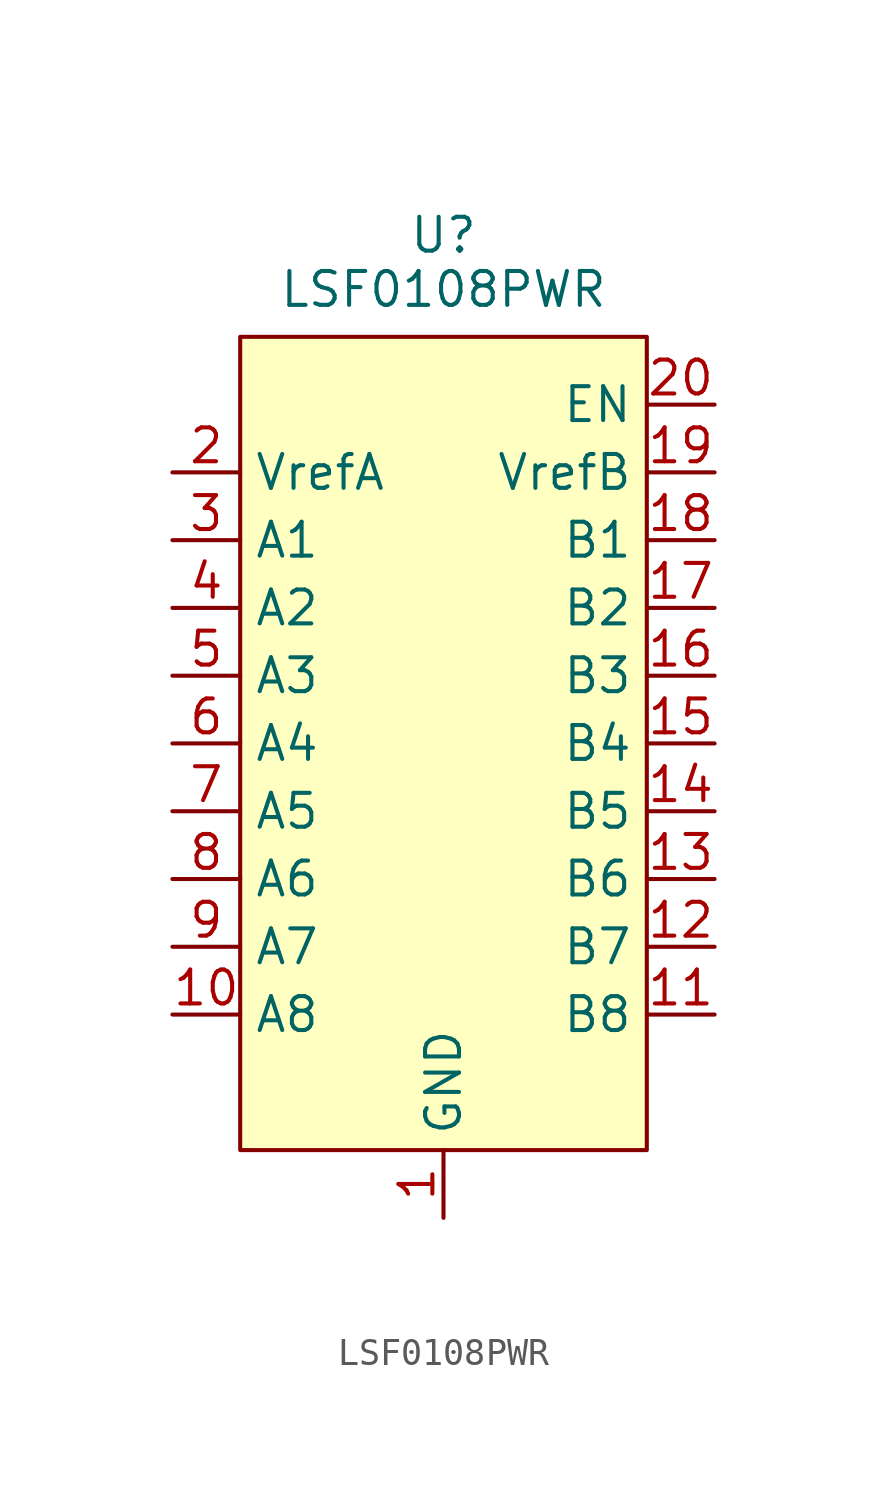
<source format=kicad_sym>
(kicad_symbol_lib
  (version 20241209)
  (generator "kicad_symbol_editor")
  (generator_version "9.0")
  (symbol "LSF0108PWR"
    (property "Reference" "U"
      (at 0 6.35 0)
      (effects (font (size 1.27 1.27))))
    (property "Value" "LSF0108PWR"
      (at 0 4.318 0)
      (effects (font (size 1.27 1.27))))
    (symbol "LSF0108PWR_1_1"
      (rectangle (start -7.62 2.54) (end 7.62 -27.94) (stroke (width 0) (type solid)) (fill (type background)))
      (pin power_in line (at -10.16 -2.54 0) (length 2.54) (name "VrefA" (effects (font (size 1.27 1.27)))) (number "2" (effects (font (size 1.27 1.27)))))
      (pin bidirectional line (at -10.16 -5.08 0) (length 2.54) (name "A1" (effects (font (size 1.27 1.27)))) (number "3" (effects (font (size 1.27 1.27)))))
      (pin bidirectional line (at -10.16 -7.62 0) (length 2.54) (name "A2" (effects (font (size 1.27 1.27)))) (number "4" (effects (font (size 1.27 1.27)))))
      (pin bidirectional line (at -10.16 -10.16 0) (length 2.54) (name "A3" (effects (font (size 1.27 1.27)))) (number "5" (effects (font (size 1.27 1.27)))))
      (pin bidirectional line (at -10.16 -12.7 0) (length 2.54) (name "A4" (effects (font (size 1.27 1.27)))) (number "6" (effects (font (size 1.27 1.27)))))
      (pin bidirectional line (at -10.16 -15.24 0) (length 2.54) (name "A5" (effects (font (size 1.27 1.27)))) (number "7" (effects (font (size 1.27 1.27)))))
      (pin bidirectional line (at -10.16 -17.78 0) (length 2.54) (name "A6" (effects (font (size 1.27 1.27)))) (number "8" (effects (font (size 1.27 1.27)))))
      (pin bidirectional line (at -10.16 -20.32 0) (length 2.54) (name "A7" (effects (font (size 1.27 1.27)))) (number "9" (effects (font (size 1.27 1.27)))))
      (pin bidirectional line (at -10.16 -22.86 0) (length 2.54) (name "A8" (effects (font (size 1.27 1.27)))) (number "10" (effects (font (size 1.27 1.27)))))
      (pin power_in line (at 0 -30.48 90) (length 2.54) (name "GND" (effects (font (size 1.27 1.27)))) (number "1" (effects (font (size 1.27 1.27)))))
      (pin input line (at 10.16 0 180) (length 2.54) (name "EN" (effects (font (size 1.27 1.27)))) (number "20" (effects (font (size 1.27 1.27)))))
      (pin power_in line (at 10.16 -2.54 180) (length 2.54) (name "VrefB" (effects (font (size 1.27 1.27)))) (number "19" (effects (font (size 1.27 1.27)))))
      (pin bidirectional line (at 10.16 -5.08 180) (length 2.54) (name "B1" (effects (font (size 1.27 1.27)))) (number "18" (effects (font (size 1.27 1.27)))))
      (pin bidirectional line (at 10.16 -7.62 180) (length 2.54) (name "B2" (effects (font (size 1.27 1.27)))) (number "17" (effects (font (size 1.27 1.27)))))
      (pin bidirectional line (at 10.16 -10.16 180) (length 2.54) (name "B3" (effects (font (size 1.27 1.27)))) (number "16" (effects (font (size 1.27 1.27)))))
      (pin bidirectional line (at 10.16 -12.7 180) (length 2.54) (name "B4" (effects (font (size 1.27 1.27)))) (number "15" (effects (font (size 1.27 1.27)))))
      (pin bidirectional line (at 10.16 -15.24 180) (length 2.54) (name "B5" (effects (font (size 1.27 1.27)))) (number "14" (effects (font (size 1.27 1.27)))))
      (pin bidirectional line (at 10.16 -17.78 180) (length 2.54) (name "B6" (effects (font (size 1.27 1.27)))) (number "13" (effects (font (size 1.27 1.27)))))
      (pin bidirectional line (at 10.16 -20.32 180) (length 2.54) (name "B7" (effects (font (size 1.27 1.27)))) (number "12" (effects (font (size 1.27 1.27)))))
      (pin bidirectional line (at 10.16 -22.86 180) (length 2.54) (name "B8" (effects (font (size 1.27 1.27)))) (number "11" (effects (font (size 1.27 1.27))))))))
</source>
